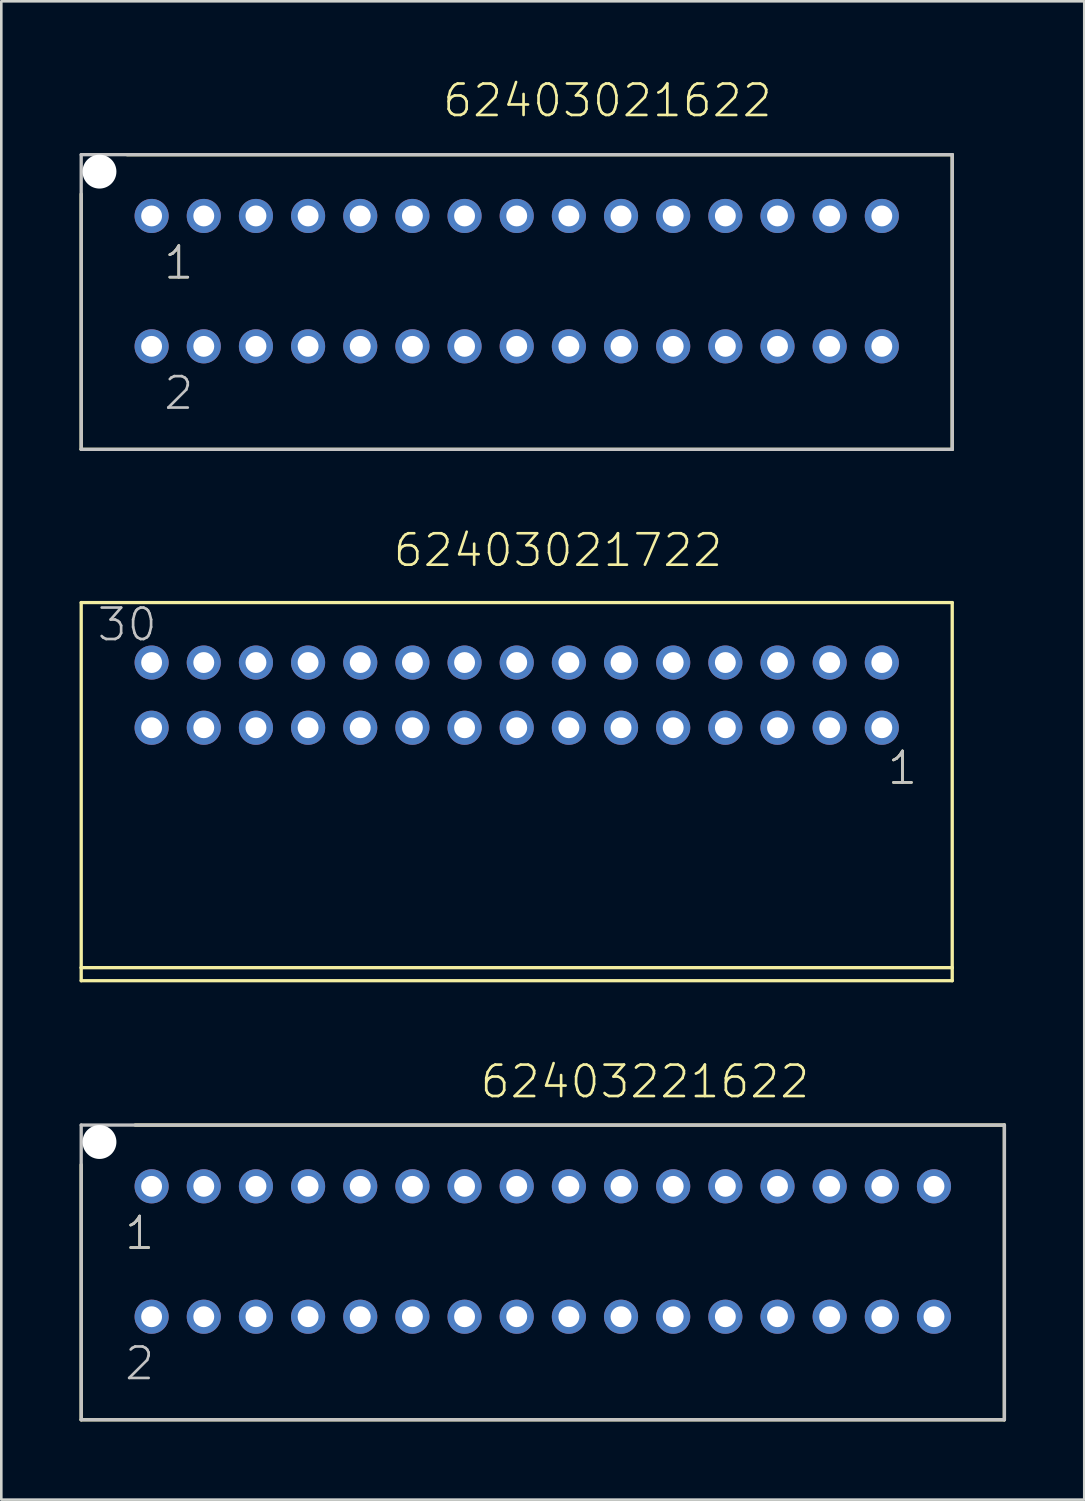
<source format=kicad_pcb>
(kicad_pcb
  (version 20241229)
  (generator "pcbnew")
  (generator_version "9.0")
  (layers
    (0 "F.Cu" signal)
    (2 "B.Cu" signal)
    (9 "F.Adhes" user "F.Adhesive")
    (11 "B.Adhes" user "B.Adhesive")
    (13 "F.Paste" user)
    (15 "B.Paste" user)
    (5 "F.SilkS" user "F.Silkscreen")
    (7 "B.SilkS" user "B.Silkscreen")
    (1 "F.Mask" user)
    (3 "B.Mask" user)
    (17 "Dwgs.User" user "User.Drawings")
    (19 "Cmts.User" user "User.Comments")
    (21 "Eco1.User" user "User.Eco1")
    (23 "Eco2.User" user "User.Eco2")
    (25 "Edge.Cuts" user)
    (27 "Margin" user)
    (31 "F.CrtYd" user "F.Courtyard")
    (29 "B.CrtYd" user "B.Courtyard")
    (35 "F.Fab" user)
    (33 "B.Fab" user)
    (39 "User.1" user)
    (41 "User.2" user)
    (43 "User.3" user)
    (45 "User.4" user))
  (footprint "62403021622"
    (layer "F.Cu")
    (at 16.764 7.731)
    (property "Reference" "62403021622" (at -2.906 -6.22 0) (layer "F.SilkS") (effects (font (size 1.206 1.206) (thickness 0.102)) (justify left bottom)))
    (attr through_hole)
    (fp_line (start -16.7 6.45) (end -16.7 -3.34) (stroke (width 0.127) (type solid)) (layer "F.SilkS"))
    (fp_line (start -14.94 -4.85) (end 16.7 -4.85) (stroke (width 0.127) (type solid)) (layer "F.SilkS"))
    (fp_line (start 16.7 -4.85) (end 16.7 6.45) (stroke (width 0.127) (type solid)) (layer "F.SilkS"))
    (fp_line (start 16.7 6.45) (end -16.7 6.45) (stroke (width 0.127) (type solid)) (layer "F.SilkS"))
    (fp_line (start -16.7 -4.85) (end 16.7 -4.85) (stroke (width 0.127) (type solid)) (layer "Dwgs.User"))
    (fp_line (start -16.7 6.45) (end -16.7 -4.85) (stroke (width 0.127) (type solid)) (layer "Dwgs.User"))
    (fp_line (start 16.7 -4.85) (end 16.7 6.45) (stroke (width 0.127) (type solid)) (layer "Dwgs.User"))
    (fp_line (start 16.7 6.45) (end -16.7 6.45) (stroke (width 0.127) (type solid)) (layer "Dwgs.User"))
    (fp_text user "1" (at -13.6 0 0) (layer "F.SilkS") (effects (font (size 1.206 1.206) (thickness 0.102)) (justify left bottom)))
    (fp_text user "1" (at -13.6 0 0) (layer "Dwgs.User") (effects (font (size 1.206 1.206) (thickness 0.102)) (justify left bottom)))
    (fp_text user "2" (at -13.6 5 0) (layer "Dwgs.User") (effects (font (size 1.206 1.206) (thickness 0.102)) (justify left bottom)))
    (pad "" np_thru_hole circle (at -16 -4.2) (size 1.3 1.3) (drill 1.3) (layers "*.Cu"))
    (pad "1" thru_hole circle (at -14 -2.5) (size 1.308 1.308) (drill 0.8) (layers "*.Cu" "*.Mask"))
    (pad "2" thru_hole circle (at -14 2.5) (size 1.308 1.308) (drill 0.8) (layers "*.Cu" "*.Mask"))
    (pad "3" thru_hole circle (at -12 -2.5) (size 1.308 1.308) (drill 0.8) (layers "*.Cu" "*.Mask"))
    (pad "4" thru_hole circle (at -12 2.5) (size 1.308 1.308) (drill 0.8) (layers "*.Cu" "*.Mask"))
    (pad "5" thru_hole circle (at -10 -2.5) (size 1.308 1.308) (drill 0.8) (layers "*.Cu" "*.Mask"))
    (pad "6" thru_hole circle (at -10 2.5) (size 1.308 1.308) (drill 0.8) (layers "*.Cu" "*.Mask"))
    (pad "7" thru_hole circle (at -8 -2.5) (size 1.308 1.308) (drill 0.8) (layers "*.Cu" "*.Mask"))
    (pad "8" thru_hole circle (at -8 2.5) (size 1.308 1.308) (drill 0.8) (layers "*.Cu" "*.Mask"))
    (pad "9" thru_hole circle (at -6 -2.5) (size 1.308 1.308) (drill 0.8) (layers "*.Cu" "*.Mask"))
    (pad "10" thru_hole circle (at -6 2.5) (size 1.308 1.308) (drill 0.8) (layers "*.Cu" "*.Mask"))
    (pad "11" thru_hole circle (at -4 -2.5) (size 1.308 1.308) (drill 0.8) (layers "*.Cu" "*.Mask"))
    (pad "12" thru_hole circle (at -4 2.5) (size 1.308 1.308) (drill 0.8) (layers "*.Cu" "*.Mask"))
    (pad "13" thru_hole circle (at -2 -2.5) (size 1.308 1.308) (drill 0.8) (layers "*.Cu" "*.Mask"))
    (pad "14" thru_hole circle (at -2 2.5) (size 1.308 1.308) (drill 0.8) (layers "*.Cu" "*.Mask"))
    (pad "15" thru_hole circle (at 0 -2.5) (size 1.308 1.308) (drill 0.8) (layers "*.Cu" "*.Mask"))
    (pad "16" thru_hole circle (at 0 2.5) (size 1.308 1.308) (drill 0.8) (layers "*.Cu" "*.Mask"))
    (pad "17" thru_hole circle (at 2 -2.5) (size 1.308 1.308) (drill 0.8) (layers "*.Cu" "*.Mask"))
    (pad "18" thru_hole circle (at 2 2.5) (size 1.308 1.308) (drill 0.8) (layers "*.Cu" "*.Mask"))
    (pad "19" thru_hole circle (at 4 -2.5) (size 1.308 1.308) (drill 0.8) (layers "*.Cu" "*.Mask"))
    (pad "20" thru_hole circle (at 4 2.5) (size 1.308 1.308) (drill 0.8) (layers "*.Cu" "*.Mask"))
    (pad "21" thru_hole circle (at 6 -2.5) (size 1.308 1.308) (drill 0.8) (layers "*.Cu" "*.Mask"))
    (pad "22" thru_hole circle (at 6 2.5) (size 1.308 1.308) (drill 0.8) (layers "*.Cu" "*.Mask"))
    (pad "23" thru_hole circle (at 8 -2.5) (size 1.308 1.308) (drill 0.8) (layers "*.Cu" "*.Mask"))
    (pad "24" thru_hole circle (at 8 2.5) (size 1.308 1.308) (drill 0.8) (layers "*.Cu" "*.Mask"))
    (pad "25" thru_hole circle (at 10 -2.5) (size 1.308 1.308) (drill 0.8) (layers "*.Cu" "*.Mask"))
    (pad "26" thru_hole circle (at 10 2.5) (size 1.308 1.308) (drill 0.8) (layers "*.Cu" "*.Mask"))
    (pad "27" thru_hole circle (at 12 -2.5) (size 1.308 1.308) (drill 0.8) (layers "*.Cu" "*.Mask"))
    (pad "28" thru_hole circle (at 12 2.5) (size 1.308 1.308) (drill 0.8) (layers "*.Cu" "*.Mask"))
    (pad "29" thru_hole circle (at 14 -2.5) (size 1.308 1.308) (drill 0.8) (layers "*.Cu" "*.Mask"))
    (pad "30" thru_hole circle (at 14 2.5) (size 1.308 1.308) (drill 0.8) (layers "*.Cu" "*.Mask")))
  (footprint "62403021722"
    (layer "F.Cu")
    (at 16.764 23.606)
    (property "Reference" "62403021722" (at -4.8 -4.85 0) (layer "F.SilkS") (effects (font (size 1.206 1.206) (thickness 0.102)) (justify left bottom)))
    (attr through_hole)
    (fp_line (start -16.7 -3.55) (end -16.7 10.45) (stroke (width 0.127) (type solid)) (layer "F.SilkS"))
    (fp_line (start -16.7 10.45) (end -16.7 10.95) (stroke (width 0.127) (type solid)) (layer "F.SilkS"))
    (fp_line (start -16.7 10.45) (end 16.7 10.45) (stroke (width 0.127) (type solid)) (layer "F.SilkS"))
    (fp_line (start -16.7 10.95) (end 16.7 10.95) (stroke (width 0.127) (type solid)) (layer "F.SilkS"))
    (fp_line (start 16.7 -3.55) (end -16.7 -3.55) (stroke (width 0.127) (type solid)) (layer "F.SilkS"))
    (fp_line (start 16.7 10.45) (end 16.7 -3.55) (stroke (width 0.127) (type solid)) (layer "F.SilkS"))
    (fp_line (start 16.7 10.95) (end 16.7 10.45) (stroke (width 0.127) (type solid)) (layer "F.SilkS"))
    (fp_text user "1" (at 14.15 3.5 0) (layer "F.SilkS") (effects (font (size 1.206 1.206) (thickness 0.102)) (justify left bottom)))
    (fp_text user "30" (at -16.155 -2 0) (layer "Dwgs.User") (effects (font (size 1.206 1.206) (thickness 0.102)) (justify left bottom)))
    (fp_text user "1" (at 14.15 3.5 0) (layer "Dwgs.User") (effects (font (size 1.206 1.206) (thickness 0.102)) (justify left bottom)))
    (pad "1" thru_hole circle (at 14 1.25 180) (size 1.308 1.308) (drill 0.8) (layers "*.Cu" "*.Mask"))
    (pad "2" thru_hole circle (at 14 -1.25 180) (size 1.308 1.308) (drill 0.8) (layers "*.Cu" "*.Mask"))
    (pad "3" thru_hole circle (at 12 1.25 180) (size 1.308 1.308) (drill 0.8) (layers "*.Cu" "*.Mask"))
    (pad "4" thru_hole circle (at 12 -1.25 180) (size 1.308 1.308) (drill 0.8) (layers "*.Cu" "*.Mask"))
    (pad "5" thru_hole circle (at 10 1.25 180) (size 1.308 1.308) (drill 0.8) (layers "*.Cu" "*.Mask"))
    (pad "6" thru_hole circle (at 10 -1.25 180) (size 1.308 1.308) (drill 0.8) (layers "*.Cu" "*.Mask"))
    (pad "7" thru_hole circle (at 8 1.25 180) (size 1.308 1.308) (drill 0.8) (layers "*.Cu" "*.Mask"))
    (pad "8" thru_hole circle (at 8 -1.25 180) (size 1.308 1.308) (drill 0.8) (layers "*.Cu" "*.Mask"))
    (pad "9" thru_hole circle (at 6 1.25 180) (size 1.308 1.308) (drill 0.8) (layers "*.Cu" "*.Mask"))
    (pad "10" thru_hole circle (at 6 -1.25 180) (size 1.308 1.308) (drill 0.8) (layers "*.Cu" "*.Mask"))
    (pad "11" thru_hole circle (at 4 1.25 180) (size 1.308 1.308) (drill 0.8) (layers "*.Cu" "*.Mask"))
    (pad "12" thru_hole circle (at 4 -1.25 180) (size 1.308 1.308) (drill 0.8) (layers "*.Cu" "*.Mask"))
    (pad "13" thru_hole circle (at 2 1.25 180) (size 1.308 1.308) (drill 0.8) (layers "*.Cu" "*.Mask"))
    (pad "14" thru_hole circle (at 2 -1.25 180) (size 1.308 1.308) (drill 0.8) (layers "*.Cu" "*.Mask"))
    (pad "15" thru_hole circle (at 0 1.25 180) (size 1.308 1.308) (drill 0.8) (layers "*.Cu" "*.Mask"))
    (pad "16" thru_hole circle (at 0 -1.25 180) (size 1.308 1.308) (drill 0.8) (layers "*.Cu" "*.Mask"))
    (pad "17" thru_hole circle (at -2 1.25 180) (size 1.308 1.308) (drill 0.8) (layers "*.Cu" "*.Mask"))
    (pad "18" thru_hole circle (at -2 -1.25 180) (size 1.308 1.308) (drill 0.8) (layers "*.Cu" "*.Mask"))
    (pad "19" thru_hole circle (at -4 1.25 180) (size 1.308 1.308) (drill 0.8) (layers "*.Cu" "*.Mask"))
    (pad "20" thru_hole circle (at -4 -1.25 180) (size 1.308 1.308) (drill 0.8) (layers "*.Cu" "*.Mask"))
    (pad "21" thru_hole circle (at -6 1.25 180) (size 1.308 1.308) (drill 0.8) (layers "*.Cu" "*.Mask"))
    (pad "22" thru_hole circle (at -6 -1.25 180) (size 1.308 1.308) (drill 0.8) (layers "*.Cu" "*.Mask"))
    (pad "23" thru_hole circle (at -8 1.25 180) (size 1.308 1.308) (drill 0.8) (layers "*.Cu" "*.Mask"))
    (pad "24" thru_hole circle (at -8 -1.25 180) (size 1.308 1.308) (drill 0.8) (layers "*.Cu" "*.Mask"))
    (pad "25" thru_hole circle (at -10 1.25 180) (size 1.308 1.308) (drill 0.8) (layers "*.Cu" "*.Mask"))
    (pad "26" thru_hole circle (at -10 -1.25 180) (size 1.308 1.308) (drill 0.8) (layers "*.Cu" "*.Mask"))
    (pad "27" thru_hole circle (at -12 1.25 180) (size 1.308 1.308) (drill 0.8) (layers "*.Cu" "*.Mask"))
    (pad "28" thru_hole circle (at -12 -1.25 180) (size 1.308 1.308) (drill 0.8) (layers "*.Cu" "*.Mask"))
    (pad "29" thru_hole circle (at -14 1.25 180) (size 1.308 1.308) (drill 0.8) (layers "*.Cu" "*.Mask"))
    (pad "30" thru_hole circle (at -14 -1.25 180) (size 1.308 1.308) (drill 0.8) (layers "*.Cu" "*.Mask")))
  (footprint "62403221622"
    (layer "F.Cu")
    (at 17.764 44.941)
    (property "Reference" "62403221622" (at -2.466 -5.81 0) (layer "F.SilkS") (effects (font (size 1.206 1.206) (thickness 0.102)) (justify left bottom)))
    (attr through_hole)
    (fp_line (start -17.7 6.45) (end -17.7 -3.33) (stroke (width 0.127) (type solid)) (layer "F.SilkS"))
    (fp_line (start -15.63 -4.85) (end 17.7 -4.85) (stroke (width 0.127) (type solid)) (layer "F.SilkS"))
    (fp_line (start 17.7 -4.85) (end 17.7 6.45) (stroke (width 0.127) (type solid)) (layer "F.SilkS"))
    (fp_line (start 17.7 6.45) (end -17.7 6.45) (stroke (width 0.127) (type solid)) (layer "F.SilkS"))
    (fp_line (start -17.7 -4.85) (end 17.7 -4.85) (stroke (width 0.127) (type solid)) (layer "Dwgs.User"))
    (fp_line (start -17.7 6.45) (end -17.7 -4.85) (stroke (width 0.127) (type solid)) (layer "Dwgs.User"))
    (fp_line (start 17.7 -4.85) (end 17.7 6.45) (stroke (width 0.127) (type solid)) (layer "Dwgs.User"))
    (fp_line (start 17.7 6.45) (end -17.7 6.45) (stroke (width 0.127) (type solid)) (layer "Dwgs.User"))
    (fp_text user "1" (at -16.1 0 0) (layer "F.SilkS") (effects (font (size 1.206 1.206) (thickness 0.102)) (justify left bottom)))
    (fp_text user "2" (at -16.1 5 0) (layer "Dwgs.User") (effects (font (size 1.206 1.206) (thickness 0.102)) (justify left bottom)))
    (fp_text user "1" (at -16.1 0 0) (layer "Dwgs.User") (effects (font (size 1.206 1.206) (thickness 0.102)) (justify left bottom)))
    (pad "" np_thru_hole circle (at -17 -4.2) (size 1.3 1.3) (drill 1.3) (layers "*.Cu"))
    (pad "1" thru_hole circle (at -15 -2.5) (size 1.308 1.308) (drill 0.8) (layers "*.Cu" "*.Mask"))
    (pad "2" thru_hole circle (at -15 2.5) (size 1.308 1.308) (drill 0.8) (layers "*.Cu" "*.Mask"))
    (pad "3" thru_hole circle (at -13 -2.5) (size 1.308 1.308) (drill 0.8) (layers "*.Cu" "*.Mask"))
    (pad "4" thru_hole circle (at -13 2.5) (size 1.308 1.308) (drill 0.8) (layers "*.Cu" "*.Mask"))
    (pad "5" thru_hole circle (at -11 -2.5) (size 1.308 1.308) (drill 0.8) (layers "*.Cu" "*.Mask"))
    (pad "6" thru_hole circle (at -11 2.5) (size 1.308 1.308) (drill 0.8) (layers "*.Cu" "*.Mask"))
    (pad "7" thru_hole circle (at -9 -2.5) (size 1.308 1.308) (drill 0.8) (layers "*.Cu" "*.Mask"))
    (pad "8" thru_hole circle (at -9 2.5) (size 1.308 1.308) (drill 0.8) (layers "*.Cu" "*.Mask"))
    (pad "9" thru_hole circle (at -7 -2.5) (size 1.308 1.308) (drill 0.8) (layers "*.Cu" "*.Mask"))
    (pad "10" thru_hole circle (at -7 2.5) (size 1.308 1.308) (drill 0.8) (layers "*.Cu" "*.Mask"))
    (pad "11" thru_hole circle (at -5 -2.5) (size 1.308 1.308) (drill 0.8) (layers "*.Cu" "*.Mask"))
    (pad "12" thru_hole circle (at -5 2.5) (size 1.308 1.308) (drill 0.8) (layers "*.Cu" "*.Mask"))
    (pad "13" thru_hole circle (at -3 -2.5) (size 1.308 1.308) (drill 0.8) (layers "*.Cu" "*.Mask"))
    (pad "14" thru_hole circle (at -3 2.5) (size 1.308 1.308) (drill 0.8) (layers "*.Cu" "*.Mask"))
    (pad "15" thru_hole circle (at -1 -2.5) (size 1.308 1.308) (drill 0.8) (layers "*.Cu" "*.Mask"))
    (pad "16" thru_hole circle (at -1 2.5) (size 1.308 1.308) (drill 0.8) (layers "*.Cu" "*.Mask"))
    (pad "17" thru_hole circle (at 1 -2.5) (size 1.308 1.308) (drill 0.8) (layers "*.Cu" "*.Mask"))
    (pad "18" thru_hole circle (at 1 2.5) (size 1.308 1.308) (drill 0.8) (layers "*.Cu" "*.Mask"))
    (pad "19" thru_hole circle (at 3 -2.5) (size 1.308 1.308) (drill 0.8) (layers "*.Cu" "*.Mask"))
    (pad "20" thru_hole circle (at 3 2.5) (size 1.308 1.308) (drill 0.8) (layers "*.Cu" "*.Mask"))
    (pad "21" thru_hole circle (at 5 -2.5) (size 1.308 1.308) (drill 0.8) (layers "*.Cu" "*.Mask"))
    (pad "22" thru_hole circle (at 5 2.5) (size 1.308 1.308) (drill 0.8) (layers "*.Cu" "*.Mask"))
    (pad "23" thru_hole circle (at 7 -2.5) (size 1.308 1.308) (drill 0.8) (layers "*.Cu" "*.Mask"))
    (pad "24" thru_hole circle (at 7 2.5) (size 1.308 1.308) (drill 0.8) (layers "*.Cu" "*.Mask"))
    (pad "25" thru_hole circle (at 9 -2.5) (size 1.308 1.308) (drill 0.8) (layers "*.Cu" "*.Mask"))
    (pad "26" thru_hole circle (at 9 2.5) (size 1.308 1.308) (drill 0.8) (layers "*.Cu" "*.Mask"))
    (pad "27" thru_hole circle (at 11 -2.5) (size 1.308 1.308) (drill 0.8) (layers "*.Cu" "*.Mask"))
    (pad "28" thru_hole circle (at 11 2.5) (size 1.308 1.308) (drill 0.8) (layers "*.Cu" "*.Mask"))
    (pad "29" thru_hole circle (at 13 -2.5) (size 1.308 1.308) (drill 0.8) (layers "*.Cu" "*.Mask"))
    (pad "30" thru_hole circle (at 13 2.5) (size 1.308 1.308) (drill 0.8) (layers "*.Cu" "*.Mask"))
    (pad "31" thru_hole circle (at 15 -2.5) (size 1.308 1.308) (drill 0.8) (layers "*.Cu" "*.Mask"))
    (pad "32" thru_hole circle (at 15 2.5) (size 1.308 1.308) (drill 0.8) (layers "*.Cu" "*.Mask")))
  (gr_rect
    (start -3 -3)
    (end 38.527 54.454)
    (stroke (width 0.1) (type default))
    (fill no)
    (layer "Edge.Cuts")))
</source>
